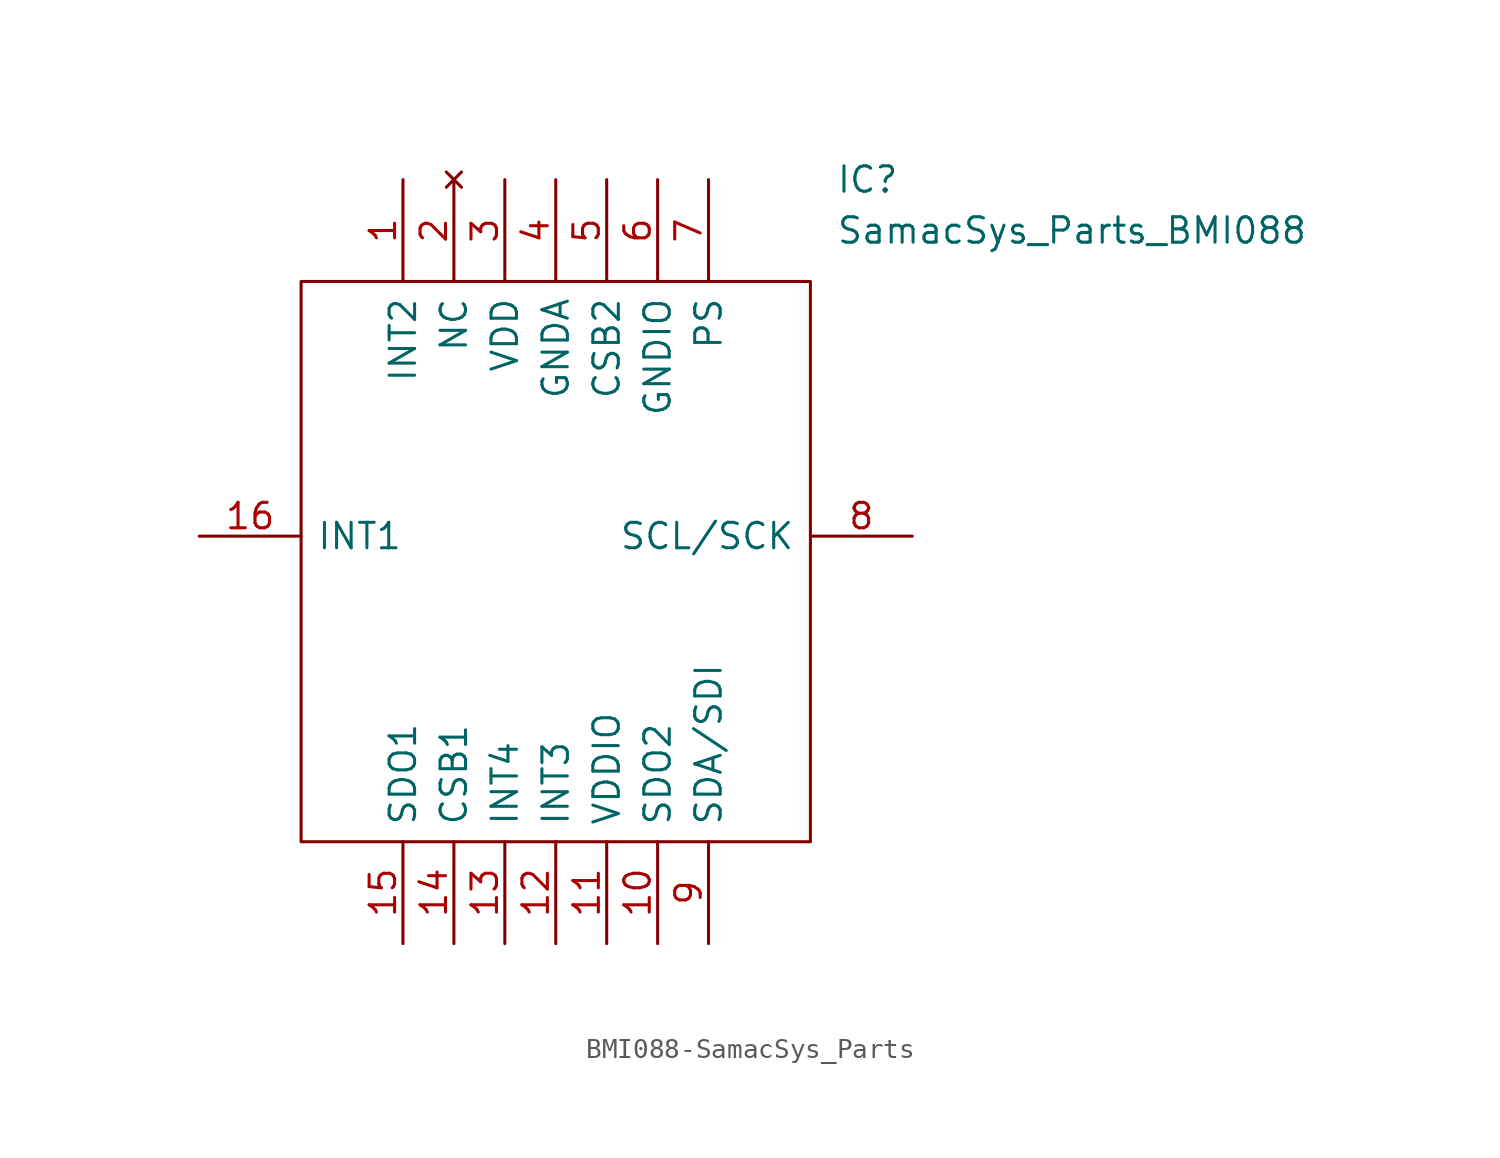
<source format=kicad_sym>
(kicad_symbol_lib
  (version 20220914)
  (generator kicad_symbol_editor)
  (symbol "BMI088-SamacSys_Parts"
    (pin_names
      (offset 0.762))
    (property "Reference" "IC"
      (at 31.75 17.78 0)
      (effects (font (size 1.27 1.27)) (justify left)))
    (property "Value" "SamacSys_Parts_BMI088"
      (at 31.75 15.24 0)
      (effects (font (size 1.27 1.27)) (justify left)))
    (symbol "BMI088-SamacSys_Parts_0_0"
      (pin unspecified line (at 10.16 17.78 270) (length 5.08) (name "INT2" (effects (font (size 1.27 1.27)))) (number "1" (effects (font (size 1.27 1.27)))))
      (pin unspecified line (at 22.86 -20.32 90) (length 5.08) (name "SDO2" (effects (font (size 1.27 1.27)))) (number "10" (effects (font (size 1.27 1.27)))))
      (pin unspecified line (at 20.32 -20.32 90) (length 5.08) (name "VDDIO" (effects (font (size 1.27 1.27)))) (number "11" (effects (font (size 1.27 1.27)))))
      (pin unspecified line (at 17.78 -20.32 90) (length 5.08) (name "INT3" (effects (font (size 1.27 1.27)))) (number "12" (effects (font (size 1.27 1.27)))))
      (pin unspecified line (at 15.24 -20.32 90) (length 5.08) (name "INT4" (effects (font (size 1.27 1.27)))) (number "13" (effects (font (size 1.27 1.27)))))
      (pin unspecified line (at 12.7 -20.32 90) (length 5.08) (name "CSB1" (effects (font (size 1.27 1.27)))) (number "14" (effects (font (size 1.27 1.27)))))
      (pin unspecified line (at 10.16 -20.32 90) (length 5.08) (name "SDO1" (effects (font (size 1.27 1.27)))) (number "15" (effects (font (size 1.27 1.27)))))
      (pin unspecified line (at 0 0 0) (length 5.08) (name "INT1" (effects (font (size 1.27 1.27)))) (number "16" (effects (font (size 1.27 1.27)))))
      (pin no_connect line (at 12.7 17.78 270) (length 5.08) (name "NC" (effects (font (size 1.27 1.27)))) (number "2" (effects (font (size 1.27 1.27)))))
      (pin unspecified line (at 15.24 17.78 270) (length 5.08) (name "VDD" (effects (font (size 1.27 1.27)))) (number "3" (effects (font (size 1.27 1.27)))))
      (pin unspecified line (at 17.78 17.78 270) (length 5.08) (name "GNDA" (effects (font (size 1.27 1.27)))) (number "4" (effects (font (size 1.27 1.27)))))
      (pin unspecified line (at 20.32 17.78 270) (length 5.08) (name "CSB2" (effects (font (size 1.27 1.27)))) (number "5" (effects (font (size 1.27 1.27)))))
      (pin unspecified line (at 22.86 17.78 270) (length 5.08) (name "GNDIO" (effects (font (size 1.27 1.27)))) (number "6" (effects (font (size 1.27 1.27)))))
      (pin unspecified line (at 25.4 17.78 270) (length 5.08) (name "PS" (effects (font (size 1.27 1.27)))) (number "7" (effects (font (size 1.27 1.27)))))
      (pin unspecified line (at 35.56 0 180) (length 5.08) (name "SCL/SCK" (effects (font (size 1.27 1.27)))) (number "8" (effects (font (size 1.27 1.27)))))
      (pin unspecified line (at 25.4 -20.32 90) (length 5.08) (name "SDA/SDI" (effects (font (size 1.27 1.27)))) (number "9" (effects (font (size 1.27 1.27))))))
    (symbol "BMI088-SamacSys_Parts_0_1"
      (polyline (pts (xy 5.08 12.7) (xy 30.48 12.7) (xy 30.48 -15.24) (xy 5.08 -15.24) (xy 5.08 12.7)) (stroke (width 0.152) (type solid)) (fill (type none))))))
</source>
